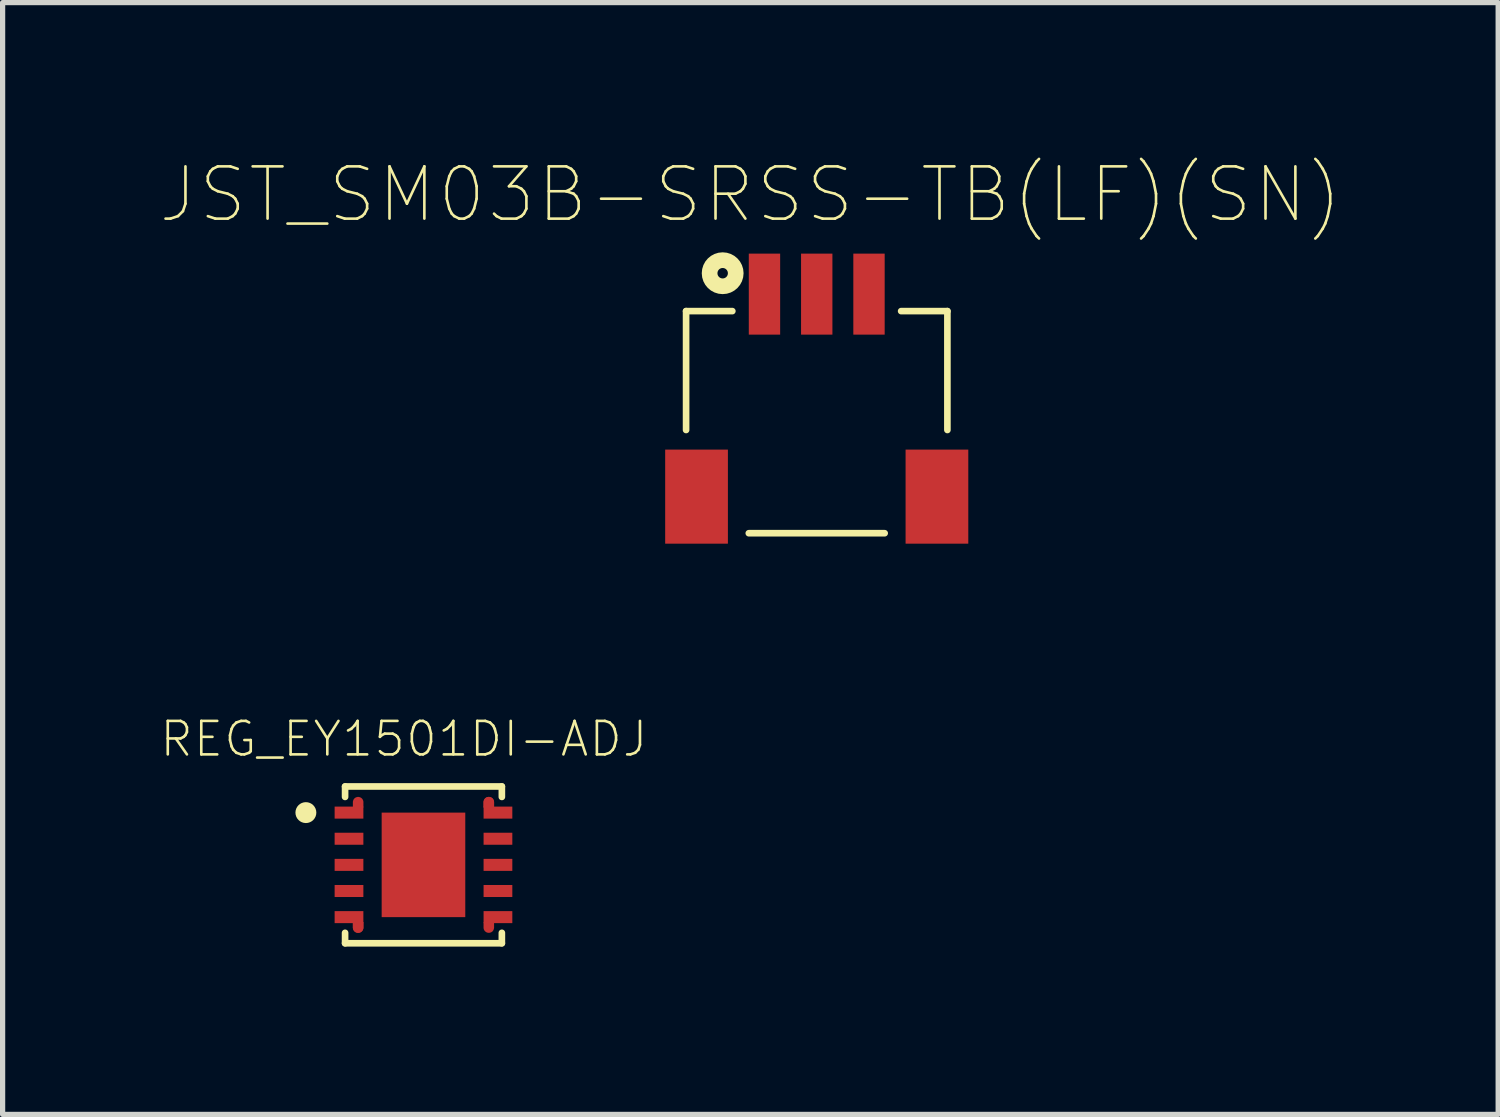
<source format=kicad_pcb>
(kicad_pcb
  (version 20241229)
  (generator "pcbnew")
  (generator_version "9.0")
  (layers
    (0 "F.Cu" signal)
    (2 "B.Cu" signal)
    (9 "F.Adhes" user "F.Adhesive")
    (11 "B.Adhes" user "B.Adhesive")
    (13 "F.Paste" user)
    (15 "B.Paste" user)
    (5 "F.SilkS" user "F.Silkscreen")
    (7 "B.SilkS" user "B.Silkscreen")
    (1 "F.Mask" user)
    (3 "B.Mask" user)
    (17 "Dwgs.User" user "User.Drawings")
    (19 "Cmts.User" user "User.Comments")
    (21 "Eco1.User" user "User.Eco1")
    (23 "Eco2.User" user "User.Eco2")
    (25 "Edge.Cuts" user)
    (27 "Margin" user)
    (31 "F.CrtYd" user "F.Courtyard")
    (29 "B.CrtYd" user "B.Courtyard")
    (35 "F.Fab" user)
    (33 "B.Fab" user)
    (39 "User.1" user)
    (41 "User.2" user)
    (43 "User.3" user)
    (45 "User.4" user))
  (footprint "REG_EY1501DI-ADJ"
    (layer "F.Cu")
    (at 5.053 13.499)
    (property "Reference" "REG_EY1501DI-ADJ" (at -0.375 -2.408 0) (layer "F.SilkS") (effects (font (size 0.641 0.641) (thickness 0.05))))
    (attr smd)
    (fp_poly (pts (xy -1.35 -1.1) (xy -1.35 -1.2) (xy -1.35 -1.203) (xy -1.35 -1.208) (xy -1.349 -1.213) (xy -1.348 -1.218) (xy -1.347 -1.223) (xy -1.346 -1.228) (xy -1.344 -1.233) (xy -1.342 -1.238) (xy -1.34 -1.243) (xy -1.338 -1.248) (xy -1.335 -1.252) (xy -1.332 -1.257) (xy -1.329 -1.261) (xy -1.326 -1.265) (xy -1.323 -1.269) (xy -1.319 -1.273) (xy -1.315 -1.276) (xy -1.311 -1.279) (xy -1.307 -1.282) (xy -1.302 -1.285) (xy -1.298 -1.288) (xy -1.293 -1.29) (xy -1.288 -1.292) (xy -1.283 -1.294) (xy -1.278 -1.296) (xy -1.273 -1.297) (xy -1.268 -1.298) (xy -1.263 -1.299) (xy -1.258 -1.3) (xy -1.253 -1.3) (xy -1.25 -1.3) (xy -1.247 -1.3) (xy -1.242 -1.3) (xy -1.237 -1.299) (xy -1.232 -1.298) (xy -1.227 -1.297) (xy -1.222 -1.296) (xy -1.217 -1.294) (xy -1.212 -1.292) (xy -1.207 -1.29) (xy -1.202 -1.288) (xy -1.198 -1.285) (xy -1.193 -1.282) (xy -1.189 -1.279) (xy -1.185 -1.276) (xy -1.181 -1.273) (xy -1.177 -1.269) (xy -1.174 -1.265) (xy -1.171 -1.261) (xy -1.168 -1.257) (xy -1.165 -1.252) (xy -1.162 -1.248) (xy -1.16 -1.243) (xy -1.158 -1.238) (xy -1.156 -1.233) (xy -1.154 -1.228) (xy -1.153 -1.223) (xy -1.152 -1.218) (xy -1.151 -1.213) (xy -1.15 -1.208) (xy -1.15 -1.203) (xy -1.15 -1.2) (xy -1.15 -1.1)) (stroke (width 0.001) (type solid)) (fill yes) (layer "F.Cu"))
    (fp_poly (pts (xy -1.15 1.1) (xy -1.15 1.2) (xy -1.15 1.203) (xy -1.15 1.208) (xy -1.151 1.213) (xy -1.152 1.218) (xy -1.153 1.223) (xy -1.154 1.228) (xy -1.156 1.233) (xy -1.158 1.238) (xy -1.16 1.243) (xy -1.162 1.248) (xy -1.165 1.252) (xy -1.168 1.257) (xy -1.171 1.261) (xy -1.174 1.265) (xy -1.177 1.269) (xy -1.181 1.273) (xy -1.185 1.276) (xy -1.189 1.279) (xy -1.193 1.282) (xy -1.198 1.285) (xy -1.202 1.288) (xy -1.207 1.29) (xy -1.212 1.292) (xy -1.217 1.294) (xy -1.222 1.296) (xy -1.227 1.297) (xy -1.232 1.298) (xy -1.237 1.299) (xy -1.242 1.3) (xy -1.247 1.3) (xy -1.25 1.3) (xy -1.253 1.3) (xy -1.258 1.3) (xy -1.263 1.299) (xy -1.268 1.298) (xy -1.273 1.297) (xy -1.278 1.296) (xy -1.283 1.294) (xy -1.288 1.292) (xy -1.293 1.29) (xy -1.298 1.288) (xy -1.302 1.285) (xy -1.307 1.282) (xy -1.311 1.279) (xy -1.315 1.276) (xy -1.319 1.273) (xy -1.323 1.269) (xy -1.326 1.265) (xy -1.329 1.261) (xy -1.332 1.257) (xy -1.335 1.252) (xy -1.338 1.248) (xy -1.34 1.243) (xy -1.342 1.238) (xy -1.344 1.233) (xy -1.346 1.228) (xy -1.347 1.223) (xy -1.348 1.218) (xy -1.349 1.213) (xy -1.35 1.208) (xy -1.35 1.203) (xy -1.35 1.2) (xy -1.35 1.1)) (stroke (width 0.001) (type solid)) (fill yes) (layer "F.Cu"))
    (fp_poly (pts (xy -1.15 1.1) (xy -1.15 1.2) (xy -1.15 1.203) (xy -1.15 1.208) (xy -1.151 1.213) (xy -1.152 1.218) (xy -1.153 1.223) (xy -1.154 1.228) (xy -1.156 1.233) (xy -1.158 1.238) (xy -1.16 1.243) (xy -1.162 1.248) (xy -1.165 1.252) (xy -1.168 1.257) (xy -1.171 1.261) (xy -1.174 1.265) (xy -1.177 1.269) (xy -1.181 1.273) (xy -1.185 1.276) (xy -1.189 1.279) (xy -1.193 1.282) (xy -1.198 1.285) (xy -1.202 1.288) (xy -1.207 1.29) (xy -1.212 1.292) (xy -1.217 1.294) (xy -1.222 1.296) (xy -1.227 1.297) (xy -1.232 1.298) (xy -1.237 1.299) (xy -1.242 1.3) (xy -1.247 1.3) (xy -1.25 1.3) (xy -1.253 1.3) (xy -1.258 1.3) (xy -1.263 1.299) (xy -1.268 1.298) (xy -1.273 1.297) (xy -1.278 1.296) (xy -1.283 1.294) (xy -1.288 1.292) (xy -1.293 1.29) (xy -1.298 1.288) (xy -1.302 1.285) (xy -1.307 1.282) (xy -1.311 1.279) (xy -1.315 1.276) (xy -1.319 1.273) (xy -1.323 1.269) (xy -1.326 1.265) (xy -1.329 1.261) (xy -1.332 1.257) (xy -1.335 1.252) (xy -1.338 1.248) (xy -1.34 1.243) (xy -1.342 1.238) (xy -1.344 1.233) (xy -1.346 1.228) (xy -1.347 1.223) (xy -1.348 1.218) (xy -1.349 1.213) (xy -1.35 1.208) (xy -1.35 1.203) (xy -1.35 1.2) (xy -1.35 1.1)) (stroke (width 0.001) (type solid)) (fill yes) (layer "F.Cu"))
    (fp_poly (pts (xy 1.15 -1.1) (xy 1.15 -1.2) (xy 1.15 -1.203) (xy 1.15 -1.208) (xy 1.151 -1.213) (xy 1.152 -1.218) (xy 1.153 -1.223) (xy 1.154 -1.228) (xy 1.156 -1.233) (xy 1.158 -1.238) (xy 1.16 -1.243) (xy 1.162 -1.248) (xy 1.165 -1.252) (xy 1.168 -1.257) (xy 1.171 -1.261) (xy 1.174 -1.265) (xy 1.177 -1.269) (xy 1.181 -1.273) (xy 1.185 -1.276) (xy 1.189 -1.279) (xy 1.193 -1.282) (xy 1.198 -1.285) (xy 1.202 -1.288) (xy 1.207 -1.29) (xy 1.212 -1.292) (xy 1.217 -1.294) (xy 1.222 -1.296) (xy 1.227 -1.297) (xy 1.232 -1.298) (xy 1.237 -1.299) (xy 1.242 -1.3) (xy 1.247 -1.3) (xy 1.25 -1.3) (xy 1.253 -1.3) (xy 1.258 -1.3) (xy 1.263 -1.299) (xy 1.268 -1.298) (xy 1.273 -1.297) (xy 1.278 -1.296) (xy 1.283 -1.294) (xy 1.288 -1.292) (xy 1.293 -1.29) (xy 1.298 -1.288) (xy 1.302 -1.285) (xy 1.307 -1.282) (xy 1.311 -1.279) (xy 1.315 -1.276) (xy 1.319 -1.273) (xy 1.323 -1.269) (xy 1.326 -1.265) (xy 1.329 -1.261) (xy 1.332 -1.257) (xy 1.335 -1.252) (xy 1.338 -1.248) (xy 1.34 -1.243) (xy 1.342 -1.238) (xy 1.344 -1.233) (xy 1.346 -1.228) (xy 1.347 -1.223) (xy 1.348 -1.218) (xy 1.349 -1.213) (xy 1.35 -1.208) (xy 1.35 -1.203) (xy 1.35 -1.2) (xy 1.35 -1.1)) (stroke (width 0.001) (type solid)) (fill yes) (layer "F.Cu"))
    (fp_poly (pts (xy 1.15 -1.1) (xy 1.15 -1.2) (xy 1.15 -1.203) (xy 1.15 -1.208) (xy 1.151 -1.213) (xy 1.152 -1.218) (xy 1.153 -1.223) (xy 1.154 -1.228) (xy 1.156 -1.233) (xy 1.158 -1.238) (xy 1.16 -1.243) (xy 1.162 -1.248) (xy 1.165 -1.252) (xy 1.168 -1.257) (xy 1.171 -1.261) (xy 1.174 -1.265) (xy 1.177 -1.269) (xy 1.181 -1.273) (xy 1.185 -1.276) (xy 1.189 -1.279) (xy 1.193 -1.282) (xy 1.198 -1.285) (xy 1.202 -1.288) (xy 1.207 -1.29) (xy 1.212 -1.292) (xy 1.217 -1.294) (xy 1.222 -1.296) (xy 1.227 -1.297) (xy 1.232 -1.298) (xy 1.237 -1.299) (xy 1.242 -1.3) (xy 1.247 -1.3) (xy 1.25 -1.3) (xy 1.253 -1.3) (xy 1.258 -1.3) (xy 1.263 -1.299) (xy 1.268 -1.298) (xy 1.273 -1.297) (xy 1.278 -1.296) (xy 1.283 -1.294) (xy 1.288 -1.292) (xy 1.293 -1.29) (xy 1.298 -1.288) (xy 1.302 -1.285) (xy 1.307 -1.282) (xy 1.311 -1.279) (xy 1.315 -1.276) (xy 1.319 -1.273) (xy 1.323 -1.269) (xy 1.326 -1.265) (xy 1.329 -1.261) (xy 1.332 -1.257) (xy 1.335 -1.252) (xy 1.338 -1.248) (xy 1.34 -1.243) (xy 1.342 -1.238) (xy 1.344 -1.233) (xy 1.346 -1.228) (xy 1.347 -1.223) (xy 1.348 -1.218) (xy 1.349 -1.213) (xy 1.35 -1.208) (xy 1.35 -1.203) (xy 1.35 -1.2) (xy 1.35 -1.1)) (stroke (width 0.001) (type solid)) (fill yes) (layer "F.Cu"))
    (fp_poly (pts (xy 1.35 1.1) (xy 1.35 1.2) (xy 1.35 1.203) (xy 1.35 1.208) (xy 1.349 1.213) (xy 1.348 1.218) (xy 1.347 1.223) (xy 1.346 1.228) (xy 1.344 1.233) (xy 1.342 1.238) (xy 1.34 1.243) (xy 1.338 1.248) (xy 1.335 1.252) (xy 1.332 1.257) (xy 1.329 1.261) (xy 1.326 1.265) (xy 1.323 1.269) (xy 1.319 1.273) (xy 1.315 1.276) (xy 1.311 1.279) (xy 1.307 1.282) (xy 1.302 1.285) (xy 1.298 1.288) (xy 1.293 1.29) (xy 1.288 1.292) (xy 1.283 1.294) (xy 1.278 1.296) (xy 1.273 1.297) (xy 1.268 1.298) (xy 1.263 1.299) (xy 1.258 1.3) (xy 1.253 1.3) (xy 1.25 1.3) (xy 1.247 1.3) (xy 1.242 1.3) (xy 1.237 1.299) (xy 1.232 1.298) (xy 1.227 1.297) (xy 1.222 1.296) (xy 1.217 1.294) (xy 1.212 1.292) (xy 1.207 1.29) (xy 1.202 1.288) (xy 1.198 1.285) (xy 1.193 1.282) (xy 1.189 1.279) (xy 1.185 1.276) (xy 1.181 1.273) (xy 1.177 1.269) (xy 1.174 1.265) (xy 1.171 1.261) (xy 1.168 1.257) (xy 1.165 1.252) (xy 1.162 1.248) (xy 1.16 1.243) (xy 1.158 1.238) (xy 1.156 1.233) (xy 1.154 1.228) (xy 1.153 1.223) (xy 1.152 1.218) (xy 1.151 1.213) (xy 1.15 1.208) (xy 1.15 1.203) (xy 1.15 1.2) (xy 1.15 1.1)) (stroke (width 0.001) (type solid)) (fill yes) (layer "F.Cu"))
    (fp_poly (pts (xy -1.411 1.1) (xy -1.05 1.1) (xy -1.05 1.341) (xy -1.411 1.341)) (stroke (width 0) (type solid)) (fill yes) (layer "F.Mask"))
    (fp_poly (pts (xy -1.41 -1.35) (xy -1.05 -1.35) (xy -1.05 -1.11) (xy -1.41 -1.11)) (stroke (width 0) (type solid)) (fill yes) (layer "F.Mask"))
    (fp_poly (pts (xy 1.042 -1.34) (xy 1.4 -1.34) (xy 1.4 -1.102) (xy 1.042 -1.102)) (stroke (width 0) (type solid)) (fill yes) (layer "F.Mask"))
    (fp_poly (pts (xy 1.052 1.1) (xy 1.41 1.1) (xy 1.41 1.343) (xy 1.052 1.343)) (stroke (width 0) (type solid)) (fill yes) (layer "F.Mask"))
    (fp_line (start -1.5 -1.5) (end -1.5 -1.3) (stroke (width 0.127) (type solid)) (layer "F.SilkS"))
    (fp_line (start -1.5 -1.5) (end 1.5 -1.5) (stroke (width 0.127) (type solid)) (layer "F.SilkS"))
    (fp_line (start -1.5 1.5) (end -1.5 1.3) (stroke (width 0.127) (type solid)) (layer "F.SilkS"))
    (fp_line (start -1.5 1.5) (end 1.5 1.5) (stroke (width 0.127) (type solid)) (layer "F.SilkS"))
    (fp_line (start 1.5 -1.5) (end 1.5 -1.3) (stroke (width 0.127) (type solid)) (layer "F.SilkS"))
    (fp_line (start 1.5 1.5) (end 1.5 1.3) (stroke (width 0.127) (type solid)) (layer "F.SilkS"))
    (fp_circle (center -2.25 -1) (end -2.15 -1) (stroke (width 0.2) (type solid)) (fill no) (layer "F.SilkS"))
    (fp_poly (pts (xy -0.506 -0.634) (xy 0.506 -0.634) (xy 0.506 0.635) (xy -0.506 0.635)) (stroke (width 0) (type solid)) (fill yes) (layer "F.Paste"))
    (fp_poly (pts (xy -1.35 -1.1) (xy -1.35 -1.2) (xy -1.35 -1.203) (xy -1.35 -1.208) (xy -1.349 -1.213) (xy -1.348 -1.218) (xy -1.347 -1.223) (xy -1.346 -1.228) (xy -1.344 -1.233) (xy -1.342 -1.238) (xy -1.34 -1.243) (xy -1.338 -1.248) (xy -1.335 -1.252) (xy -1.332 -1.257) (xy -1.329 -1.261) (xy -1.326 -1.265) (xy -1.323 -1.269) (xy -1.319 -1.273) (xy -1.315 -1.276) (xy -1.311 -1.279) (xy -1.307 -1.282) (xy -1.302 -1.285) (xy -1.298 -1.288) (xy -1.293 -1.29) (xy -1.288 -1.292) (xy -1.283 -1.294) (xy -1.278 -1.296) (xy -1.273 -1.297) (xy -1.268 -1.298) (xy -1.263 -1.299) (xy -1.258 -1.3) (xy -1.253 -1.3) (xy -1.25 -1.3) (xy -1.247 -1.3) (xy -1.242 -1.3) (xy -1.237 -1.299) (xy -1.232 -1.298) (xy -1.227 -1.297) (xy -1.222 -1.296) (xy -1.217 -1.294) (xy -1.212 -1.292) (xy -1.207 -1.29) (xy -1.202 -1.288) (xy -1.198 -1.285) (xy -1.193 -1.282) (xy -1.189 -1.279) (xy -1.185 -1.276) (xy -1.181 -1.273) (xy -1.177 -1.269) (xy -1.174 -1.265) (xy -1.171 -1.261) (xy -1.168 -1.257) (xy -1.165 -1.252) (xy -1.162 -1.248) (xy -1.16 -1.243) (xy -1.158 -1.238) (xy -1.156 -1.233) (xy -1.154 -1.228) (xy -1.153 -1.223) (xy -1.152 -1.218) (xy -1.151 -1.213) (xy -1.15 -1.208) (xy -1.15 -1.203) (xy -1.15 -1.2) (xy -1.15 -1.1)) (stroke (width 0.001) (type solid)) (fill yes) (layer "F.Paste"))
    (fp_poly (pts (xy -1.15 1.1) (xy -1.15 1.2) (xy -1.15 1.203) (xy -1.15 1.208) (xy -1.151 1.213) (xy -1.152 1.218) (xy -1.153 1.223) (xy -1.154 1.228) (xy -1.156 1.233) (xy -1.158 1.238) (xy -1.16 1.243) (xy -1.162 1.248) (xy -1.165 1.252) (xy -1.168 1.257) (xy -1.171 1.261) (xy -1.174 1.265) (xy -1.177 1.269) (xy -1.181 1.273) (xy -1.185 1.276) (xy -1.189 1.279) (xy -1.193 1.282) (xy -1.198 1.285) (xy -1.202 1.288) (xy -1.207 1.29) (xy -1.212 1.292) (xy -1.217 1.294) (xy -1.222 1.296) (xy -1.227 1.297) (xy -1.232 1.298) (xy -1.237 1.299) (xy -1.242 1.3) (xy -1.247 1.3) (xy -1.25 1.3) (xy -1.253 1.3) (xy -1.258 1.3) (xy -1.263 1.299) (xy -1.268 1.298) (xy -1.273 1.297) (xy -1.278 1.296) (xy -1.283 1.294) (xy -1.288 1.292) (xy -1.293 1.29) (xy -1.298 1.288) (xy -1.302 1.285) (xy -1.307 1.282) (xy -1.311 1.279) (xy -1.315 1.276) (xy -1.319 1.273) (xy -1.323 1.269) (xy -1.326 1.265) (xy -1.329 1.261) (xy -1.332 1.257) (xy -1.335 1.252) (xy -1.338 1.248) (xy -1.34 1.243) (xy -1.342 1.238) (xy -1.344 1.233) (xy -1.346 1.228) (xy -1.347 1.223) (xy -1.348 1.218) (xy -1.349 1.213) (xy -1.35 1.208) (xy -1.35 1.203) (xy -1.35 1.2) (xy -1.35 1.1)) (stroke (width 0.001) (type solid)) (fill yes) (layer "F.Paste"))
    (fp_poly (pts (xy 1.15 -1.1) (xy 1.15 -1.2) (xy 1.15 -1.203) (xy 1.15 -1.208) (xy 1.151 -1.213) (xy 1.152 -1.218) (xy 1.153 -1.223) (xy 1.154 -1.228) (xy 1.156 -1.233) (xy 1.158 -1.238) (xy 1.16 -1.243) (xy 1.162 -1.248) (xy 1.165 -1.252) (xy 1.168 -1.257) (xy 1.171 -1.261) (xy 1.174 -1.265) (xy 1.177 -1.269) (xy 1.181 -1.273) (xy 1.185 -1.276) (xy 1.189 -1.279) (xy 1.193 -1.282) (xy 1.198 -1.285) (xy 1.202 -1.288) (xy 1.207 -1.29) (xy 1.212 -1.292) (xy 1.217 -1.294) (xy 1.222 -1.296) (xy 1.227 -1.297) (xy 1.232 -1.298) (xy 1.237 -1.299) (xy 1.242 -1.3) (xy 1.247 -1.3) (xy 1.25 -1.3) (xy 1.253 -1.3) (xy 1.258 -1.3) (xy 1.263 -1.299) (xy 1.268 -1.298) (xy 1.273 -1.297) (xy 1.278 -1.296) (xy 1.283 -1.294) (xy 1.288 -1.292) (xy 1.293 -1.29) (xy 1.298 -1.288) (xy 1.302 -1.285) (xy 1.307 -1.282) (xy 1.311 -1.279) (xy 1.315 -1.276) (xy 1.319 -1.273) (xy 1.323 -1.269) (xy 1.326 -1.265) (xy 1.329 -1.261) (xy 1.332 -1.257) (xy 1.335 -1.252) (xy 1.338 -1.248) (xy 1.34 -1.243) (xy 1.342 -1.238) (xy 1.344 -1.233) (xy 1.346 -1.228) (xy 1.347 -1.223) (xy 1.348 -1.218) (xy 1.349 -1.213) (xy 1.35 -1.208) (xy 1.35 -1.203) (xy 1.35 -1.2) (xy 1.35 -1.1)) (stroke (width 0.001) (type solid)) (fill yes) (layer "F.Paste"))
    (fp_poly (pts (xy 1.35 1.1) (xy 1.35 1.2) (xy 1.35 1.203) (xy 1.35 1.208) (xy 1.349 1.213) (xy 1.348 1.218) (xy 1.347 1.223) (xy 1.346 1.228) (xy 1.344 1.233) (xy 1.342 1.238) (xy 1.34 1.243) (xy 1.338 1.248) (xy 1.335 1.252) (xy 1.332 1.257) (xy 1.329 1.261) (xy 1.326 1.265) (xy 1.323 1.269) (xy 1.319 1.273) (xy 1.315 1.276) (xy 1.311 1.279) (xy 1.307 1.282) (xy 1.302 1.285) (xy 1.298 1.288) (xy 1.293 1.29) (xy 1.288 1.292) (xy 1.283 1.294) (xy 1.278 1.296) (xy 1.273 1.297) (xy 1.268 1.298) (xy 1.263 1.299) (xy 1.258 1.3) (xy 1.253 1.3) (xy 1.25 1.3) (xy 1.247 1.3) (xy 1.242 1.3) (xy 1.237 1.299) (xy 1.232 1.298) (xy 1.227 1.297) (xy 1.222 1.296) (xy 1.217 1.294) (xy 1.212 1.292) (xy 1.207 1.29) (xy 1.202 1.288) (xy 1.198 1.285) (xy 1.193 1.282) (xy 1.189 1.279) (xy 1.185 1.276) (xy 1.181 1.273) (xy 1.177 1.269) (xy 1.174 1.265) (xy 1.171 1.261) (xy 1.168 1.257) (xy 1.165 1.252) (xy 1.162 1.248) (xy 1.16 1.243) (xy 1.158 1.238) (xy 1.156 1.233) (xy 1.154 1.228) (xy 1.153 1.223) (xy 1.152 1.218) (xy 1.151 1.213) (xy 1.15 1.208) (xy 1.15 1.203) (xy 1.15 1.2) (xy 1.15 1.1)) (stroke (width 0.001) (type solid)) (fill yes) (layer "F.Paste"))
    (fp_line (start -2.11 -1.38) (end -2.11 1.38) (stroke (width 0.05) (type solid)) (layer "Eco1.User"))
    (fp_line (start -2.11 1.38) (end -1.75 1.38) (stroke (width 0.05) (type solid)) (layer "Eco1.User"))
    (fp_line (start -1.75 -1.75) (end -1.75 -1.38) (stroke (width 0.05) (type solid)) (layer "Eco1.User"))
    (fp_line (start -1.75 -1.38) (end -2.11 -1.38) (stroke (width 0.05) (type solid)) (layer "Eco1.User"))
    (fp_line (start -1.75 1.38) (end -1.75 1.75) (stroke (width 0.05) (type solid)) (layer "Eco1.User"))
    (fp_line (start -1.75 1.75) (end 1.75 1.75) (stroke (width 0.05) (type solid)) (layer "Eco1.User"))
    (fp_line (start 1.75 -1.75) (end -1.75 -1.75) (stroke (width 0.05) (type solid)) (layer "Eco1.User"))
    (fp_line (start 1.75 -1.38) (end 1.75 -1.75) (stroke (width 0.05) (type solid)) (layer "Eco1.User"))
    (fp_line (start 1.75 1.38) (end 2.11 1.38) (stroke (width 0.05) (type solid)) (layer "Eco1.User"))
    (fp_line (start 1.75 1.75) (end 1.75 1.38) (stroke (width 0.05) (type solid)) (layer "Eco1.User"))
    (fp_line (start 2.11 -1.38) (end 1.75 -1.38) (stroke (width 0.05) (type solid)) (layer "Eco1.User"))
    (fp_line (start 2.11 1.38) (end 2.11 -1.38) (stroke (width 0.05) (type solid)) (layer "Eco1.User"))
    (fp_line (start -1.5 -1.5) (end -1.5 1.5) (stroke (width 0.127) (type solid)) (layer "Eco2.User"))
    (fp_line (start -1.5 1.5) (end 1.5 1.5) (stroke (width 0.127) (type solid)) (layer "Eco2.User"))
    (fp_line (start 1.5 -1.5) (end -1.5 -1.5) (stroke (width 0.127) (type solid)) (layer "Eco2.User"))
    (fp_line (start 1.5 1.5) (end 1.5 -1.5) (stroke (width 0.127) (type solid)) (layer "Eco2.User"))
    (pad "1" smd rect (at -1.425 -1 180) (size 0.55 0.23) (layers "F.Cu" "F.Mask" "F.Paste"))
    (pad "2" smd rect (at -1.425 -0.5 180) (size 0.55 0.23) (layers "F.Cu" "F.Mask" "F.Paste"))
    (pad "3" smd rect (at -1.425 0 180) (size 0.55 0.23) (layers "F.Cu" "F.Mask" "F.Paste"))
    (pad "4" smd rect (at -1.425 0.5 180) (size 0.55 0.23) (layers "F.Cu" "F.Mask" "F.Paste"))
    (pad "5" smd rect (at -1.425 1 180) (size 0.55 0.23) (layers "F.Cu" "F.Mask" "F.Paste"))
    (pad "6" smd rect (at 1.425 1) (size 0.55 0.23) (layers "F.Cu" "F.Mask" "F.Paste"))
    (pad "7" smd rect (at 1.425 0.5) (size 0.55 0.23) (layers "F.Cu" "F.Mask" "F.Paste"))
    (pad "8" smd rect (at 1.425 0) (size 0.55 0.23) (layers "F.Cu" "F.Mask" "F.Paste"))
    (pad "9" smd rect (at 1.425 -0.5) (size 0.55 0.23) (layers "F.Cu" "F.Mask" "F.Paste"))
    (pad "10" smd rect (at 1.425 -1) (size 0.55 0.23) (layers "F.Cu" "F.Mask" "F.Paste"))
    (pad "11" smd rect (at 0 0 270) (size 2 1.6) (layers "F.Cu" "F.Mask" "F.Paste")))
  (footprint "JST_SM03B-SRSS-TB(LF)(SN)"
    (layer "F.Cu")
    (at 12.578 2.578)
    (property "Reference" "JST_SM03B-SRSS-TB(LF)(SN)" (at -1.27 -1.905 0) (layer "F.SilkS") (effects (font (size 1 1) (thickness 0.05))))
    (attr smd)
    (fp_line (start -2.5 0.325) (end -2.5 2.6) (stroke (width 0.127) (type solid)) (layer "F.SilkS"))
    (fp_line (start -1.615 0.325) (end -2.5 0.325) (stroke (width 0.127) (type solid)) (layer "F.SilkS"))
    (fp_line (start -1.3 4.575) (end 1.3 4.575) (stroke (width 0.127) (type solid)) (layer "F.SilkS"))
    (fp_line (start 2.5 0.325) (end 1.615 0.325) (stroke (width 0.127) (type solid)) (layer "F.SilkS"))
    (fp_line (start 2.5 2.6) (end 2.5 0.325) (stroke (width 0.127) (type solid)) (layer "F.SilkS"))
    (fp_circle (center -1.8 -0.4) (end -1.7 -0.4) (stroke (width 0.3) (type solid)) (fill no) (layer "F.SilkS"))
    (fp_line (start -3.15 -1.025) (end 3.15 -1.025) (stroke (width 0.05) (type solid)) (layer "Eco1.User"))
    (fp_line (start -3.15 5.025) (end -3.15 -1.025) (stroke (width 0.05) (type solid)) (layer "Eco1.User"))
    (fp_line (start 3.15 -1.025) (end 3.15 5.025) (stroke (width 0.05) (type solid)) (layer "Eco1.User"))
    (fp_line (start 3.15 5.025) (end -3.15 5.025) (stroke (width 0.05) (type solid)) (layer "Eco1.User"))
    (fp_line (start -2.5 0.325) (end 2.5 0.325) (stroke (width 0.127) (type solid)) (layer "Eco2.User"))
    (fp_line (start -2.5 4.575) (end -2.5 0.325) (stroke (width 0.127) (type solid)) (layer "Eco2.User"))
    (fp_line (start 2.5 0.325) (end 2.5 4.575) (stroke (width 0.127) (type solid)) (layer "Eco2.User"))
    (fp_line (start 2.5 4.575) (end -2.5 4.575) (stroke (width 0.127) (type solid)) (layer "Eco2.User"))
    (fp_circle (center -1.8 -0.4) (end -1.7 -0.4) (stroke (width 0.3) (type solid)) (fill no) (layer "Eco2.User"))
    (pad "1" smd rect (at -1 0 90) (size 1.55 0.6) (layers "F.Cu" "F.Mask" "F.Paste"))
    (pad "2" smd rect (at 0 0 90) (size 1.55 0.6) (layers "F.Cu" "F.Mask" "F.Paste"))
    (pad "3" smd rect (at 1 0 90) (size 1.55 0.6) (layers "F.Cu" "F.Mask" "F.Paste"))
    (pad "S1" smd rect (at -2.3 3.875 180) (size 1.2 1.8) (layers "F.Cu" "F.Mask" "F.Paste"))
    (pad "S2" smd rect (at 2.3 3.875 180) (size 1.2 1.8) (layers "F.Cu" "F.Mask" "F.Paste")))
  (gr_rect
    (start -3 -3)
    (end 25.617 18.274)
    (stroke (width 0.1) (type default))
    (fill no)
    (layer "Edge.Cuts")))
</source>
